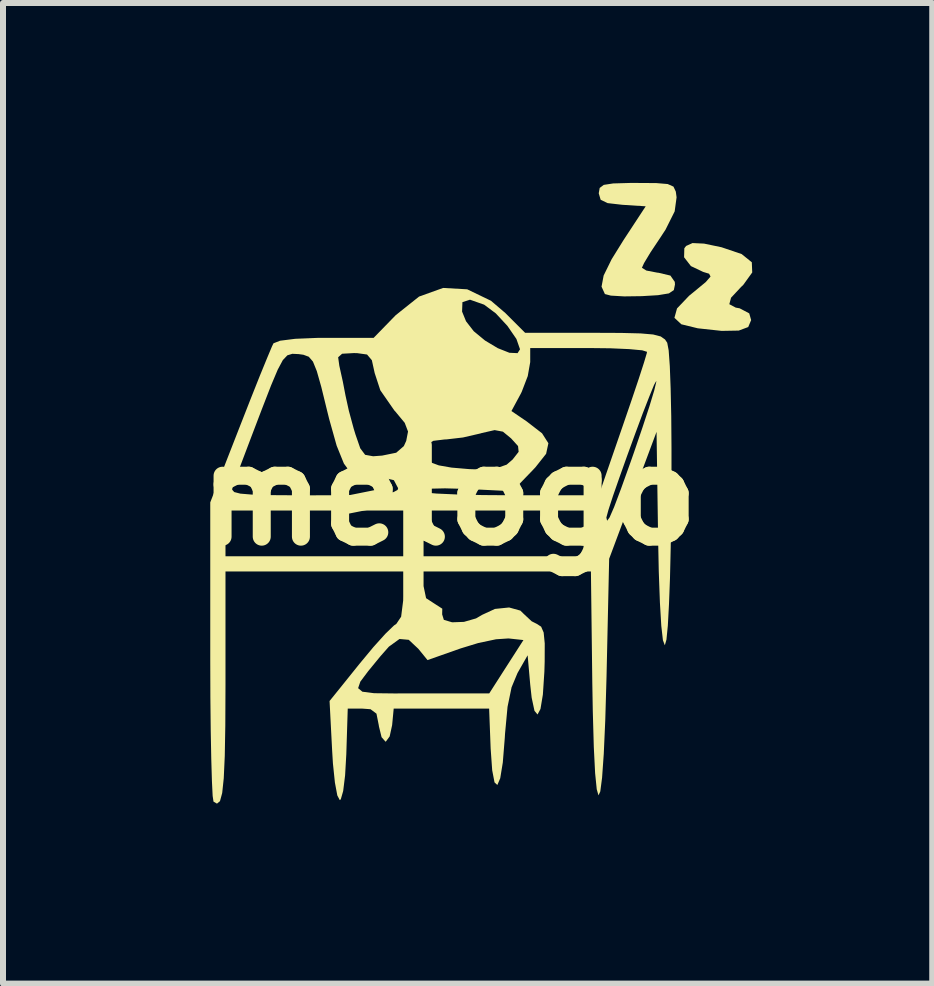
<source format=kicad_pcb>
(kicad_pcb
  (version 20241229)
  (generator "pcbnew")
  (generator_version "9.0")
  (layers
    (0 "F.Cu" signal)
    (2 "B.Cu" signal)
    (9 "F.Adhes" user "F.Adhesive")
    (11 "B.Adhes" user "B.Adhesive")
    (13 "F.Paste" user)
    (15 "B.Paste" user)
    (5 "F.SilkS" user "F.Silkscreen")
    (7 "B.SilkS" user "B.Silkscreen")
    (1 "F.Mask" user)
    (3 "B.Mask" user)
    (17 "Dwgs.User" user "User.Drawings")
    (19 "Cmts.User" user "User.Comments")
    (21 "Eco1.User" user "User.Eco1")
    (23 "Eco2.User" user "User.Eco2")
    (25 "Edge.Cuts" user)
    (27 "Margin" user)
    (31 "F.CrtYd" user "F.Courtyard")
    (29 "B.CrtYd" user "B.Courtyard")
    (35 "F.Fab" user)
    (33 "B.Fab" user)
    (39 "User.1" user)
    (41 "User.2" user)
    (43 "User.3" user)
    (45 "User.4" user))
  (footprint "melogo"
    (layer "F.Cu")
    (at 4.434 5.207)
    (property "Reference" "melogo" (at 0 0 0) (layer "F.SilkS") (effects (font (size 1.524 1.524) (thickness 0.3))))
    (attr board_only exclude_from_pos_files exclude_from_bom)
    (fp_poly (pts (xy 4.253 -4.196) (xy 4.545 -4.135) (xy 4.879 -4.022) (xy 5.049 -3.885) (xy 5.056 -3.715) (xy 4.906 -3.507) (xy 4.872 -3.475) (xy 4.703 -3.294) (xy 4.674 -3.186) (xy 4.781 -3.129) (xy 4.847 -3.117) (xy 5.006 -3.033) (xy 5.038 -2.921) (xy 4.989 -2.805) (xy 4.831 -2.746) (xy 4.546 -2.741) (xy 4.149 -2.784) (xy 3.874 -2.851) (xy 3.759 -2.959) (xy 3.802 -3.115) (xy 4.003 -3.326) (xy 4.079 -3.388) (xy 4.28 -3.554) (xy 4.361 -3.647) (xy 4.337 -3.694) (xy 4.238 -3.724) (xy 4.034 -3.821) (xy 3.92 -3.968) (xy 3.924 -4.118) (xy 3.954 -4.157) (xy 4.06 -4.205)) (stroke (width 0) (type solid)) (fill yes) (layer "F.SilkS"))
    (fp_poly (pts (xy 3.456 -5.205) (xy 3.647 -5.189) (xy 3.743 -5.146) (xy 3.782 -5.063) (xy 3.795 -4.968) (xy 3.763 -4.733) (xy 3.611 -4.429) (xy 3.52 -4.29) (xy 3.362 -4.053) (xy 3.253 -3.872) (xy 3.217 -3.793) (xy 3.291 -3.747) (xy 3.472 -3.712) (xy 3.493 -3.71) (xy 3.692 -3.663) (xy 3.765 -3.558) (xy 3.768 -3.514) (xy 3.749 -3.421) (xy 3.667 -3.366) (xy 3.485 -3.336) (xy 3.214 -3.32) (xy 2.921 -3.316) (xy 2.699 -3.329) (xy 2.6 -3.355) (xy 2.544 -3.478) (xy 2.579 -3.664) (xy 2.712 -3.935) (xy 2.91 -4.254) (xy 3.28 -4.818) (xy 2.889 -4.843) (xy 2.645 -4.871) (xy 2.529 -4.927) (xy 2.498 -5.032) (xy 2.498 -5.038) (xy 2.513 -5.124) (xy 2.581 -5.175) (xy 2.738 -5.199) (xy 3.018 -5.207) (xy 3.133 -5.207)) (stroke (width 0) (type solid)) (fill yes) (layer "F.SilkS"))
    (fp_poly (pts (xy 0.305 -3.434) (xy 0.701 -3.243) (xy 0.94 -3.039) (xy 1.27 -2.709) (xy 2.41 -2.709) (xy 2.872 -2.707) (xy 3.194 -2.699) (xy 3.404 -2.681) (xy 3.531 -2.648) (xy 3.602 -2.598) (xy 3.639 -2.543) (xy 3.663 -2.416) (xy 3.682 -2.152) (xy 3.696 -1.778) (xy 3.706 -1.318) (xy 3.71 -0.798) (xy 3.71 -0.242) (xy 3.705 0.323) (xy 3.697 0.872) (xy 3.685 1.38) (xy 3.668 1.822) (xy 3.649 2.173) (xy 3.626 2.406) (xy 3.6 2.497) (xy 3.598 2.498) (xy 3.567 2.415) (xy 3.54 2.175) (xy 3.517 1.788) (xy 3.498 1.267) (xy 3.487 0.72) (xy 3.461 -1.058) (xy 3.066 0) (xy 2.671 1.058) (xy 2.627 3.027) (xy 2.606 3.751) (xy 2.581 4.311) (xy 2.553 4.707) (xy 2.523 4.937) (xy 2.493 5.002) (xy 2.464 4.901) (xy 2.437 4.633) (xy 2.415 4.197) (xy 2.398 3.593) (xy 2.39 3.133) (xy 2.367 1.27) (xy -0.423 1.27) (xy -0.423 1.514) (xy -0.381 1.715) (xy -0.243 1.805) (xy -0.111 1.89) (xy -0.113 1.985) (xy -0.085 2.076) (xy 0.053 2.117) (xy 0.25 2.11) (xy 0.452 2.052) (xy 0.555 1.992) (xy 0.767 1.894) (xy 1.003 1.87) (xy 1.191 1.922) (xy 1.245 1.975) (xy 1.379 2.1) (xy 1.464 2.143) (xy 1.537 2.19) (xy 1.579 2.287) (xy 1.597 2.469) (xy 1.596 2.772) (xy 1.591 2.941) (xy 1.566 3.322) (xy 1.526 3.562) (xy 1.477 3.654) (xy 1.426 3.593) (xy 1.379 3.373) (xy 1.355 3.155) (xy 1.312 2.667) (xy 1.143 2.963) (xy 1.044 3.201) (xy 0.977 3.526) (xy 0.935 3.976) (xy 0.931 4.044) (xy 0.898 4.454) (xy 0.855 4.717) (xy 0.807 4.829) (xy 0.76 4.786) (xy 0.721 4.583) (xy 0.695 4.216) (xy 0.695 4.212) (xy 0.67 3.556) (xy -0.921 3.556) (xy -0.947 3.831) (xy -0.988 4.019) (xy -1.052 4.106) (xy -1.058 4.106) (xy -1.123 4.032) (xy -1.167 3.852) (xy -1.17 3.831) (xy -1.208 3.64) (xy -1.307 3.566) (xy -1.442 3.556) (xy -1.687 3.556) (xy -1.711 4.318) (xy -1.731 4.668) (xy -1.763 4.929) (xy -1.803 5.068) (xy -1.82 5.081) (xy -1.861 5.003) (xy -1.901 4.788) (xy -1.934 4.47) (xy -1.947 4.256) (xy -1.99 3.429) (xy -1.817 3.215) (xy -1.514 3.215) (xy -1.443 3.274) (xy -1.248 3.299) (xy -0.915 3.303) (xy -0.473 3.302) (xy 0.672 3.302) (xy 0.957 2.857) (xy 1.242 2.413) (xy 0.993 2.386) (xy 0.785 2.4) (xy 0.487 2.463) (xy 0.193 2.553) (xy -0.357 2.747) (xy -0.51 2.559) (xy -0.67 2.409) (xy -0.824 2.395) (xy -1.001 2.523) (xy -1.143 2.684) (xy -1.348 2.934) (xy -1.477 3.106) (xy -1.514 3.215) (xy -1.817 3.215) (xy -1.49 2.808) (xy -1.26 2.531) (xy -1.059 2.308) (xy -0.916 2.17) (xy -0.876 2.142) (xy -0.797 2.024) (xy -0.763 1.755) (xy -0.762 1.684) (xy -0.762 1.27) (xy -3.725 1.27) (xy -3.725 3.17) (xy -3.728 3.835) (xy -3.737 4.346) (xy -3.754 4.717) (xy -3.78 4.963) (xy -3.817 5.099) (xy -3.867 5.14) (xy -3.925 5.106) (xy -3.939 5.011) (xy -3.951 4.768) (xy -3.962 4.398) (xy -3.971 3.925) (xy -3.977 3.368) (xy -3.979 2.751) (xy -3.979 2.585) (xy -3.979 1.016) (xy -3.725 1.016) (xy -0.762 1.016) (xy -0.423 1.016) (xy 2.371 1.016) (xy 2.371 0.375) (xy 2.625 0.375) (xy 2.637 0.424) (xy 2.678 0.369) (xy 2.753 0.197) (xy 2.867 -0.105) (xy 3.027 -0.551) (xy 3.088 -0.725) (xy 3.228 -1.136) (xy 3.343 -1.486) (xy 3.422 -1.747) (xy 3.456 -1.889) (xy 3.456 -1.906) (xy 3.42 -1.842) (xy 3.342 -1.651) (xy 3.232 -1.369) (xy 3.105 -1.027) (xy 2.972 -0.662) (xy 2.845 -0.305) (xy 2.736 0.007) (xy 2.659 0.243) (xy 2.625 0.368) (xy 2.625 0.375) (xy 2.371 0.375) (xy 2.371 0.254) (xy -0.423 0.254) (xy -0.423 1.016) (xy -0.762 1.016) (xy -0.762 0.254) (xy -3.725 0.254) (xy -3.725 1.016) (xy -3.979 1.016) (xy -3.979 0.118) (xy -3.897 -0.094) (xy -3.614 -0.094) (xy -3.579 -0.054) (xy -3.477 -0.028) (xy -3.286 -0.012) (xy -2.984 -0.003) (xy -2.547 -0.000276) (xy -2.253 0) (xy -1.72 -0.002) (xy -1.336 -0.011) (xy -1.078 -0.027) (xy -0.925 -0.053) (xy -0.887 -0.073) (xy -0.508 -0.073) (xy -0.428 -0.049) (xy -0.205 -0.029) (xy 0.133 -0.014) (xy 0.56 -0.004) (xy 0.995 -0.001) (xy 2.498 -0.001) (xy 2.9 -1.165) (xy 3.043 -1.582) (xy 3.164 -1.942) (xy 3.252 -2.214) (xy 3.298 -2.369) (xy 3.302 -2.392) (xy 3.223 -2.417) (xy 3.008 -2.437) (xy 2.69 -2.451) (xy 2.328 -2.455) (xy 1.355 -2.455) (xy 1.355 -2.221) (xy 1.314 -1.988) (xy 1.214 -1.727) (xy 1.199 -1.696) (xy 1.042 -1.405) (xy 1.296 -1.232) (xy 1.552 -1.034) (xy 1.658 -0.868) (xy 1.62 -0.692) (xy 1.442 -0.467) (xy 1.395 -0.417) (xy 1.058 -0.068) (xy 0.275 -0.107) (xy -0.065 -0.116) (xy -0.331 -0.11) (xy -0.485 -0.089) (xy -0.508 -0.073) (xy -0.887 -0.073) (xy -0.856 -0.09) (xy -0.847 -0.118) (xy -0.918 -0.252) (xy -1.115 -0.299) (xy -1.275 -0.283) (xy -1.467 -0.277) (xy -1.621 -0.352) (xy -1.751 -0.529) (xy -1.798 -0.645) (xy -0.362 -0.645) (xy -0.29 -0.544) (xy -0.169 -0.499) (xy 0.042 -0.462) (xy 0.333 -0.437) (xy 0.474 -0.432) (xy 0.772 -0.445) (xy 0.962 -0.511) (xy 1.061 -0.596) (xy 1.162 -0.725) (xy 1.152 -0.821) (xy 1.036 -0.949) (xy 0.9 -1.061) (xy 0.762 -1.087) (xy 0.547 -1.038) (xy 0.524 -1.031) (xy 0.234 -0.964) (xy -0.041 -0.932) (xy -0.073 -0.931) (xy -0.261 -0.908) (xy -0.351 -0.85) (xy -0.351 -0.847) (xy -0.362 -0.645) (xy -1.798 -0.645) (xy -1.872 -0.828) (xy -1.996 -1.27) (xy -2.03 -1.407) (xy -2.128 -1.807) (xy -2.203 -2.071) (xy -2.267 -2.229) (xy -2.329 -2.301) (xy -1.847 -2.301) (xy -1.827 -2.157) (xy -1.825 -2.149) (xy -1.769 -1.896) (xy -1.724 -1.662) (xy -1.669 -1.412) (xy -1.587 -1.109) (xy -1.558 -1.014) (xy -1.478 -0.783) (xy -1.397 -0.675) (xy -1.264 -0.651) (xy -1.114 -0.662) (xy -0.879 -0.71) (xy -0.752 -0.82) (xy -0.712 -0.908) (xy -0.682 -1.063) (xy -0.737 -1.208) (xy -0.897 -1.401) (xy -0.91 -1.414) (xy -1.144 -1.751) (xy -1.238 -2.038) (xy -1.285 -2.252) (xy -1.365 -2.347) (xy -1.53 -2.37) (xy -1.586 -2.371) (xy -1.781 -2.36) (xy -1.847 -2.301) (xy -2.329 -2.301) (xy -2.337 -2.31) (xy -2.426 -2.343) (xy -2.506 -2.354) (xy -2.61 -2.359) (xy -2.693 -2.334) (xy -2.769 -2.254) (xy -2.854 -2.095) (xy -2.965 -1.832) (xy -3.117 -1.44) (xy -3.156 -1.338) (xy -3.309 -0.936) (xy -3.443 -0.582) (xy -3.546 -0.311) (xy -3.602 -0.159) (xy -3.606 -0.148) (xy -3.614 -0.094) (xy -3.897 -0.094) (xy -3.48 -1.162) (xy -3.308 -1.601) (xy -3.155 -1.986) (xy -3.031 -2.289) (xy -2.95 -2.482) (xy -2.925 -2.534) (xy -2.815 -2.577) (xy -2.563 -2.609) (xy -2.199 -2.624) (xy -2.062 -2.625) (xy -1.255 -2.625) (xy -0.89 -3) (xy -0.812 -3.063) (xy 0.219 -3.063) (xy 0.285 -2.901) (xy 0.413 -2.736) (xy 0.602 -2.58) (xy 0.814 -2.453) (xy 1.008 -2.376) (xy 1.144 -2.37) (xy 1.185 -2.434) (xy 1.125 -2.606) (xy 0.975 -2.824) (xy 0.781 -3.033) (xy 0.588 -3.177) (xy 0.587 -3.178) (xy 0.351 -3.261) (xy 0.225 -3.22) (xy 0.219 -3.063) (xy -0.812 -3.063) (xy -0.498 -3.313) (xy -0.097 -3.457)) (stroke (width 0) (type solid)) (fill yes) (layer "F.SilkS")))
  (gr_rect
    (start -3 -3)
    (end 12.491 13.347)
    (stroke (width 0.1) (type default))
    (fill no)
    (layer "Edge.Cuts")))
</source>
